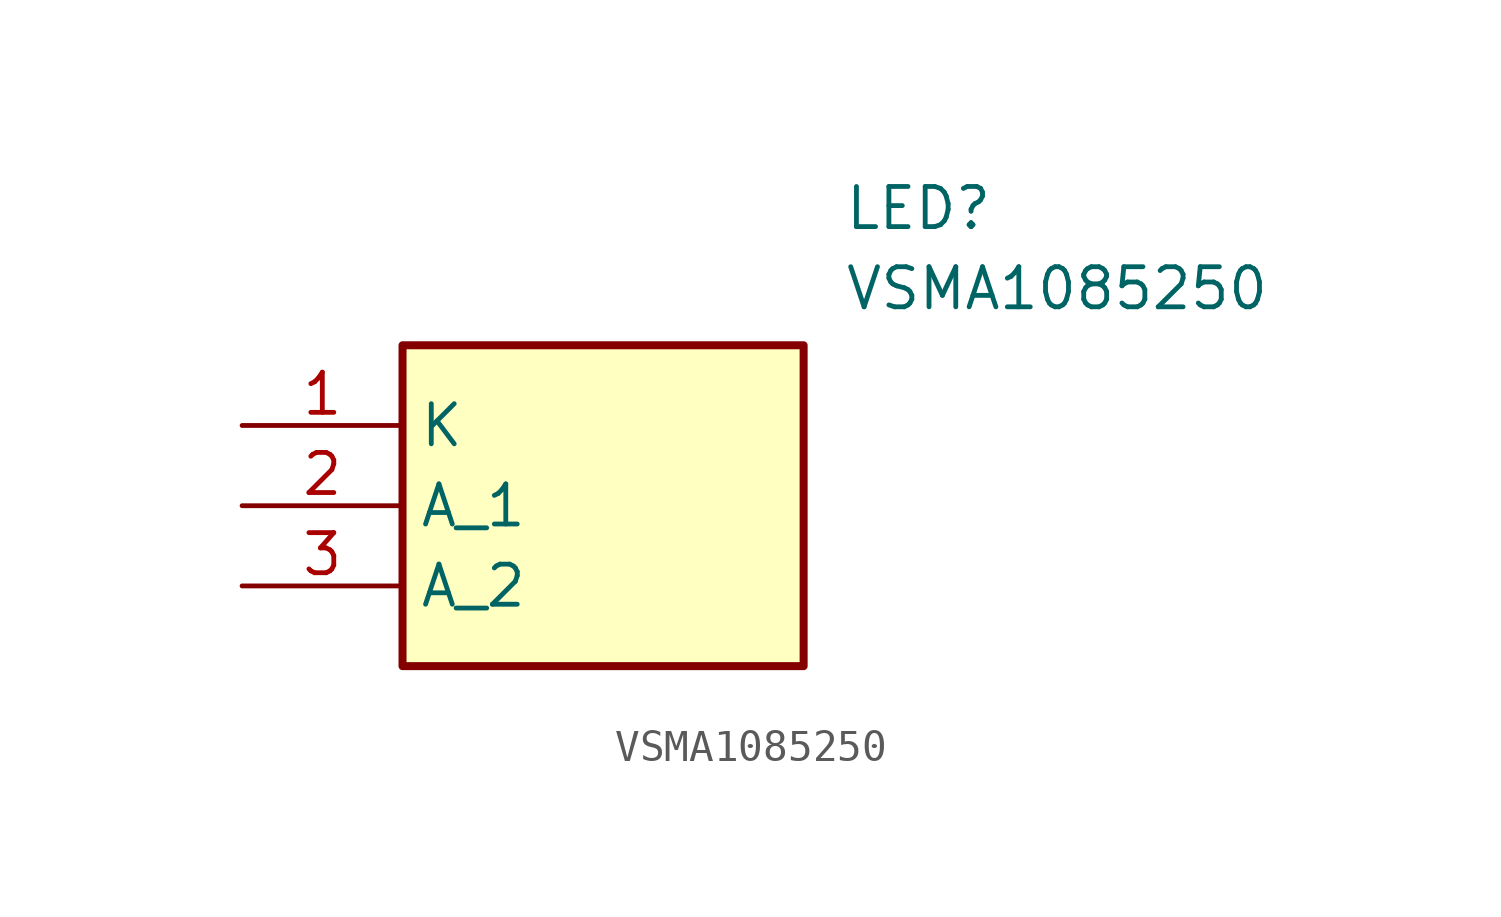
<source format=kicad_sym>
(kicad_symbol_lib
  (version 20211014)
  (generator SamacSys_ECAD_Model)
  (symbol "VSMA1085250"
    (property "Reference" "LED"
      (at 19.05 7.62 0)
      (effects (font (size 1.27 1.27)) (justify left top)))
    (property "Value" "VSMA1085250"
      (at 19.05 5.08 0)
      (effects (font (size 1.27 1.27)) (justify left top)))
    (rectangle
      (start 5.08 2.54)
      (end 17.78 -7.62)
      (stroke (width 0.254) (type default))
      (fill (type background)))
    (pin passive line
      (at 0 0 0)
      (length 5.08)
      (name "K" (effects (font (size 1.27 1.27))))
      (number "1" (effects (font (size 1.27 1.27)))))
    (pin passive line
      (at 0 -2.54 0)
      (length 5.08)
      (name "A_1" (effects (font (size 1.27 1.27))))
      (number "2" (effects (font (size 1.27 1.27)))))
    (pin passive line
      (at 0 -5.08 0)
      (length 5.08)
      (name "A_2" (effects (font (size 1.27 1.27))))
      (number "3" (effects (font (size 1.27 1.27)))))))
</source>
